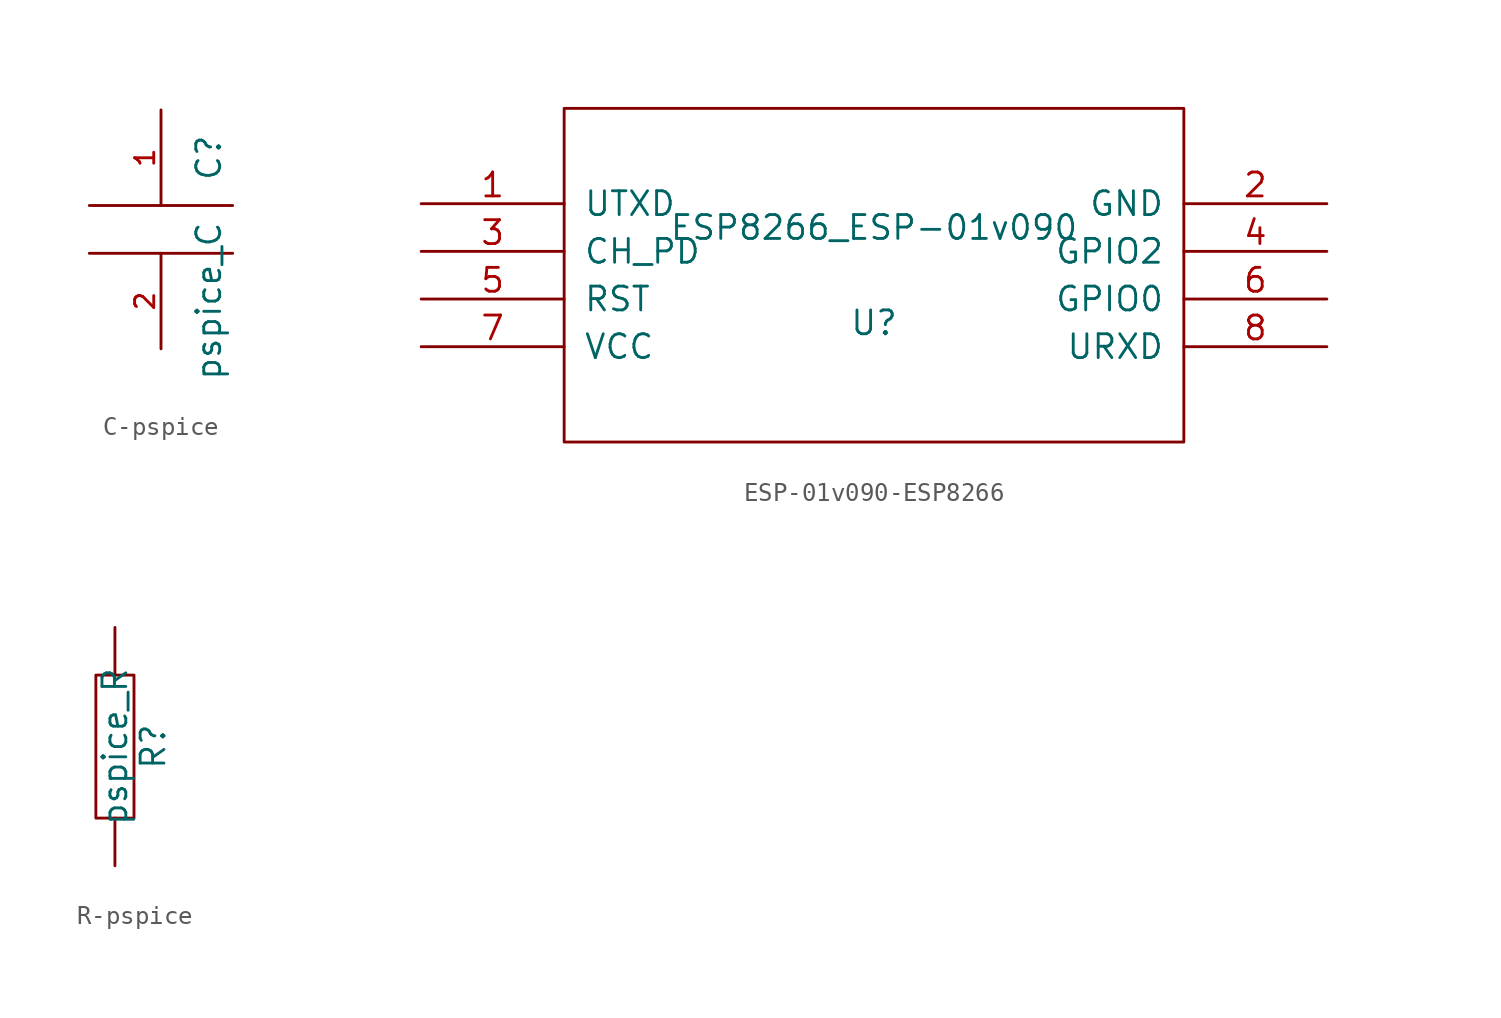
<source format=kicad_sym>
(kicad_symbol_lib
  (version 20220914)
  (generator kicad_symbol_editor)
  (symbol "C-pspice"
    (pin_names
      (offset 0.254))
    (property "Reference" "C"
      (at 2.54 3.81 90)
      (effects (font (size 1.27 1.27))))
    (property "Value" "pspice_C"
      (at 2.54 -3.81 90)
      (effects (font (size 1.27 1.27))))
    (symbol "C-pspice_0_1"
      (polyline (pts (xy -3.81 -1.27) (xy 3.81 -1.27)) (stroke (width 0) (type solid)) (fill (type none)))
      (polyline (pts (xy -3.81 1.27) (xy 3.81 1.27)) (stroke (width 0) (type solid)) (fill (type none))))
    (symbol "C-pspice_1_1"
      (pin passive line (at 0 6.35 270) (length 5.08) (name "~" (effects (font (size 1.016 1.016)))) (number "1" (effects (font (size 1.016 1.016)))))
      (pin passive line (at 0 -6.35 90) (length 5.08) (name "~" (effects (font (size 1.016 1.016)))) (number "2" (effects (font (size 1.016 1.016)))))))
  (symbol "ESP-01v090-ESP8266"
    (pin_names
      (offset 1.016))
    (property "Reference" "U"
      (at 0 -2.54 0)
      (effects (font (size 1.27 1.27))))
    (property "Value" "ESP8266_ESP-01v090"
      (at 0 2.54 0)
      (effects (font (size 1.27 1.27))))
    (symbol "ESP-01v090-ESP8266_1_0"
      (rectangle (start -16.51 -8.89) (end 16.51 8.89) (stroke (width 0) (type solid)) (fill (type none))))
    (symbol "ESP-01v090-ESP8266_1_1"
      (pin output line (at -24.13 3.81 0) (length 7.62) (name "UTXD" (effects (font (size 1.27 1.27)))) (number "1" (effects (font (size 1.27 1.27)))))
      (pin power_in line (at 24.13 3.81 180) (length 7.62) (name "GND" (effects (font (size 1.27 1.27)))) (number "2" (effects (font (size 1.27 1.27)))))
      (pin input line (at -24.13 1.27 0) (length 7.62) (name "CH_PD" (effects (font (size 1.27 1.27)))) (number "3" (effects (font (size 1.27 1.27)))))
      (pin tri_state line (at 24.13 1.27 180) (length 7.62) (name "GPIO2" (effects (font (size 1.27 1.27)))) (number "4" (effects (font (size 1.27 1.27)))))
      (pin input line (at -24.13 -1.27 0) (length 7.62) (name "RST" (effects (font (size 1.27 1.27)))) (number "5" (effects (font (size 1.27 1.27)))))
      (pin tri_state line (at 24.13 -1.27 180) (length 7.62) (name "GPIO0" (effects (font (size 1.27 1.27)))) (number "6" (effects (font (size 1.27 1.27)))))
      (pin power_in line (at -24.13 -3.81 0) (length 7.62) (name "VCC" (effects (font (size 1.27 1.27)))) (number "7" (effects (font (size 1.27 1.27)))))
      (pin input line (at 24.13 -3.81 180) (length 7.62) (name "URXD" (effects (font (size 1.27 1.27)))) (number "8" (effects (font (size 1.27 1.27)))))))
  (symbol "R-pspice"
    (pin_numbers hide)
    (pin_names
      (offset 0))
    (property "Reference" "R"
      (at 2.032 0 90)
      (effects (font (size 1.27 1.27))))
    (property "Value" "pspice_R"
      (at 0 0 90)
      (effects (font (size 1.27 1.27))))
    (symbol "R-pspice_0_1"
      (rectangle (start -1.016 3.81) (end 1.016 -3.81) (stroke (width 0) (type solid)) (fill (type none))))
    (symbol "R-pspice_1_1"
      (pin passive line (at 0 6.35 270) (length 2.54) (name "~" (effects (font (size 1.27 1.27)))) (number "1" (effects (font (size 1.27 1.27)))))
      (pin passive line (at 0 -6.35 90) (length 2.54) (name "~" (effects (font (size 1.27 1.27)))) (number "2" (effects (font (size 1.27 1.27))))))))
</source>
